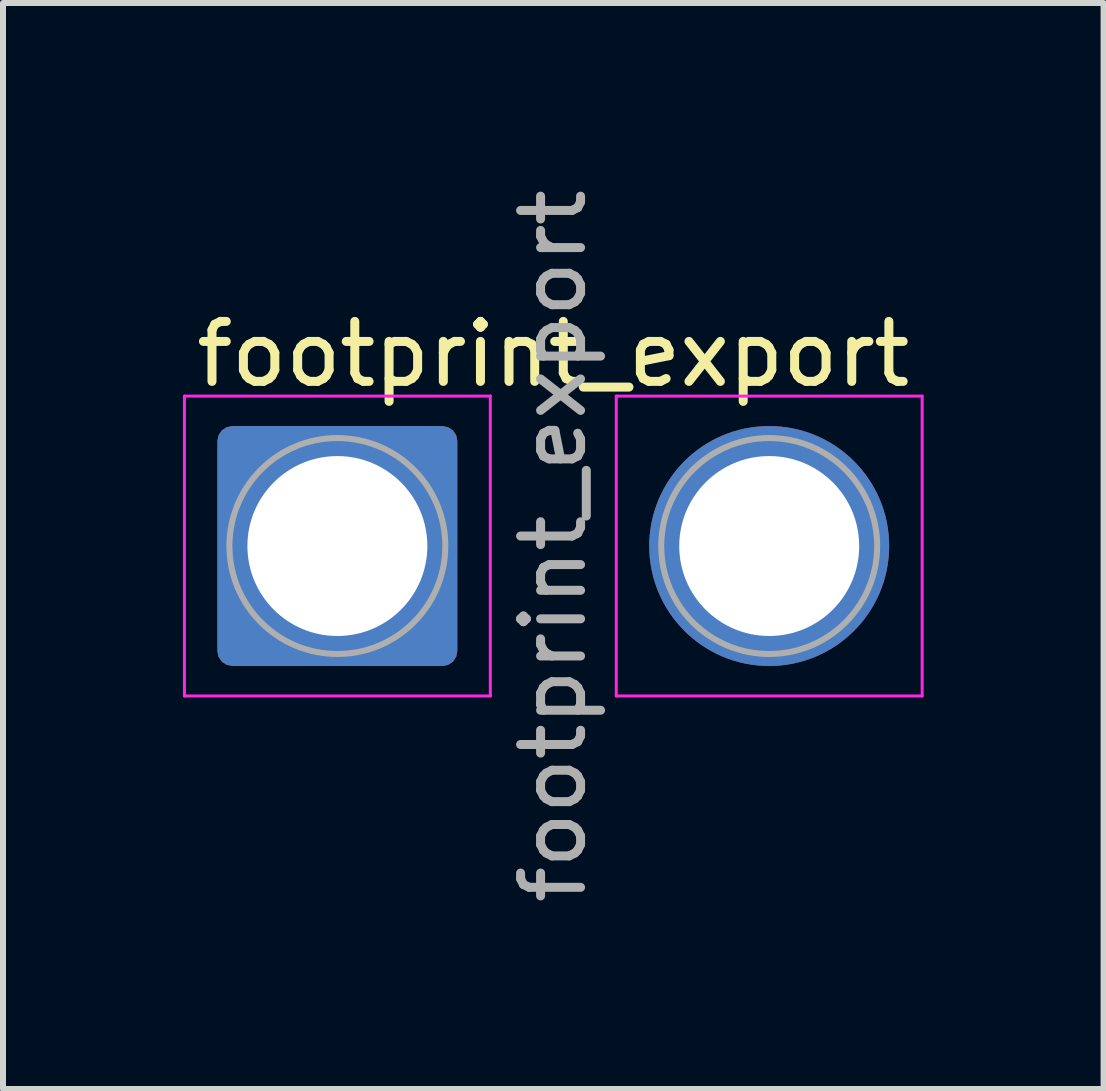
<source format=kicad_pcb>
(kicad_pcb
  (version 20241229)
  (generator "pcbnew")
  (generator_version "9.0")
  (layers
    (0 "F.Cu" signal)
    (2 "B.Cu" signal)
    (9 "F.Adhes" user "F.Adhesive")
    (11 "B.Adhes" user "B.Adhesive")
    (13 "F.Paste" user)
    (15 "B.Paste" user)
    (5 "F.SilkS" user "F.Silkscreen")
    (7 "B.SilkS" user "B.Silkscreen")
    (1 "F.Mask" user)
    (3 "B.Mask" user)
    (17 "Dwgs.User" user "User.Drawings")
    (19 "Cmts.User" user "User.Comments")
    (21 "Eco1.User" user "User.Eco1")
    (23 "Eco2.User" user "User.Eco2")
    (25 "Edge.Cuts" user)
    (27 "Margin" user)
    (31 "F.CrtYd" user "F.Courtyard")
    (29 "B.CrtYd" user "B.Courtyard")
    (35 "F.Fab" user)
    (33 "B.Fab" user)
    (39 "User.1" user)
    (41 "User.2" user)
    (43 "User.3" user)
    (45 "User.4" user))
  (footprint "footprint_export"
    (layer "F.Cu")
    (at 2.575 6.054)
    (property "Reference" "footprint_export" (at 3.6 -3.2 0) (layer "F.SilkS") (effects (font (size 1 1) (thickness 0.15))))
    (attr exclude_from_pos_files exclude_from_bom)
    (fp_line (start -2.55 -2.5) (end -2.55 2.5) (stroke (width 0.05) (type solid)) (layer "F.CrtYd"))
    (fp_line (start -2.55 2.5) (end 2.55 2.5) (stroke (width 0.05) (type solid)) (layer "F.CrtYd"))
    (fp_line (start 2.55 -2.5) (end -2.55 -2.5) (stroke (width 0.05) (type solid)) (layer "F.CrtYd"))
    (fp_line (start 2.55 2.5) (end 2.55 -2.5) (stroke (width 0.05) (type solid)) (layer "F.CrtYd"))
    (fp_line (start 4.65 -2.5) (end 4.65 2.5) (stroke (width 0.05) (type solid)) (layer "F.CrtYd"))
    (fp_line (start 4.65 2.5) (end 9.75 2.5) (stroke (width 0.05) (type solid)) (layer "F.CrtYd"))
    (fp_line (start 9.75 -2.5) (end 4.65 -2.5) (stroke (width 0.05) (type solid)) (layer "F.CrtYd"))
    (fp_line (start 9.75 2.5) (end 9.75 -2.5) (stroke (width 0.05) (type solid)) (layer "F.CrtYd"))
    (fp_circle (center 0 0) (end 1.8 0) (stroke (width 0.1) (type solid)) (fill no) (layer "F.Fab"))
    (fp_circle (center 7.2 0) (end 9 0) (stroke (width 0.1) (type solid)) (fill no) (layer "F.Fab"))
    (fp_text user "${REFERENCE}" (at 3.6 0 90) (layer "F.Fab") (effects (font (size 1 1) (thickness 0.15))))
    (pad "1" thru_hole roundrect (at 0 0) (size 4 4) (drill 3) (layers "*.Cu" "*.Mask") (roundrect_rratio 0.062))
    (pad "2" thru_hole circle (at 7.2 0) (size 4 4) (drill 3) (layers "*.Cu" "*.Mask")))
  (gr_rect
    (start -3 -3)
    (end 15.35 15.107)
    (stroke (width 0.1) (type default))
    (fill no)
    (layer "Edge.Cuts")))
</source>
